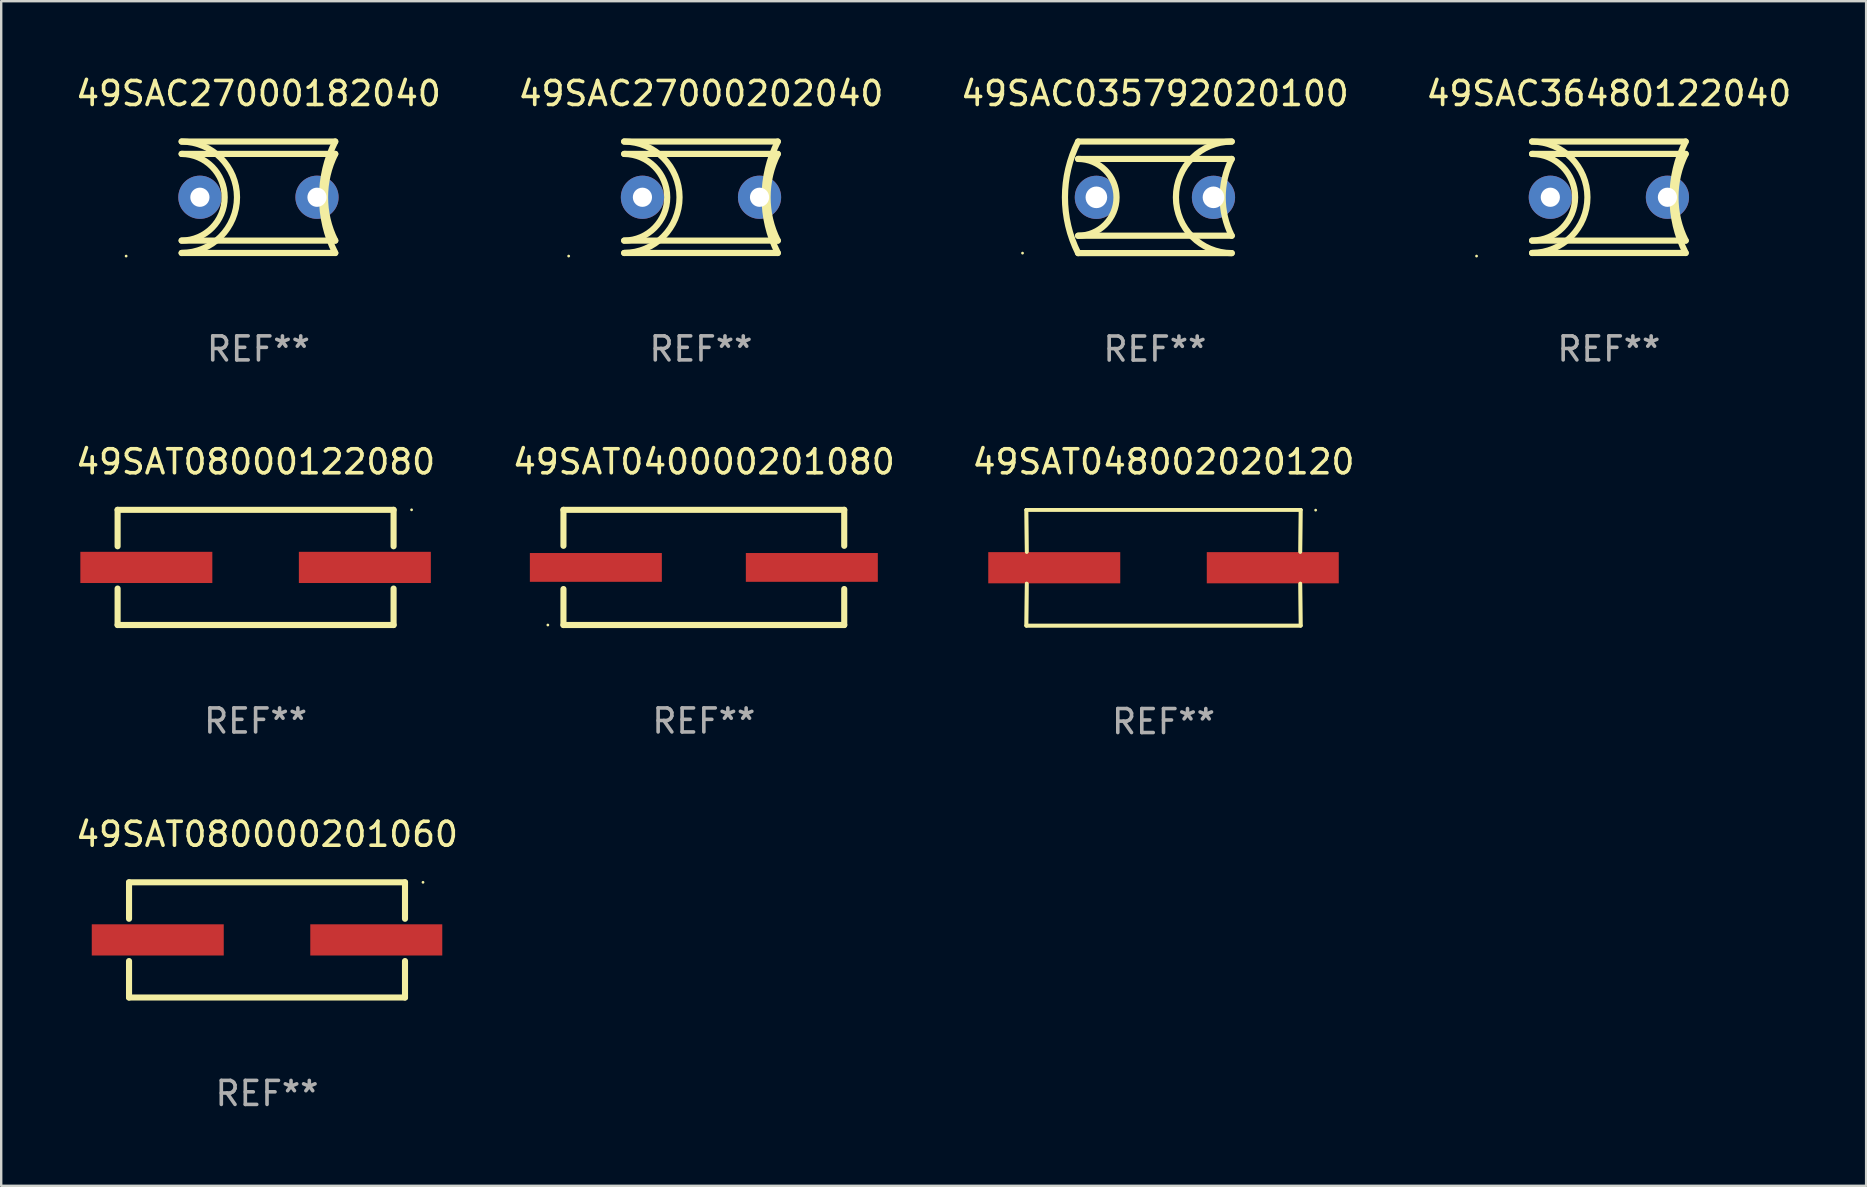
<source format=kicad_pcb>
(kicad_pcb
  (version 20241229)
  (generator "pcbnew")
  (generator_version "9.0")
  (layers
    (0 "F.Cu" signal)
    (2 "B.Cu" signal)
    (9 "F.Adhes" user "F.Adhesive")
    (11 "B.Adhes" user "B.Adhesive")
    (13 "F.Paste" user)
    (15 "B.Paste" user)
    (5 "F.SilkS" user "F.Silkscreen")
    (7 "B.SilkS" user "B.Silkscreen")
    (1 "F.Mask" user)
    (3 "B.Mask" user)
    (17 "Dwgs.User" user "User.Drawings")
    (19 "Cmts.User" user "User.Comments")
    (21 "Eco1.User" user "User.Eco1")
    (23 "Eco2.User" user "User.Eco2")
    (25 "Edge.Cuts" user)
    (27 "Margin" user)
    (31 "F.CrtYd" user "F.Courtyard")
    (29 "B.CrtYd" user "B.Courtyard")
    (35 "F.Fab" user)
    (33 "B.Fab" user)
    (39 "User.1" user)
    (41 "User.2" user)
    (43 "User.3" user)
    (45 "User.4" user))
  (footprint "49SAT048002020120"
    (layer "F.Cu")
    (at 45.435 20.608)
    (property "Reference" "49SAT048002020120" (at 0 -4.413 0) (layer "F.SilkS") (effects (font (size 1 1) (thickness 0.15))))
    (attr through_hole)
    (fp_line (start -5.715 -2.413) (end -5.7 -0.662) (stroke (width 0.152) (type solid)) (layer "F.SilkS"))
    (fp_line (start -5.715 -2.413) (end -5.7 -0.662) (stroke (width 0.152) (type solid)) (layer "F.SilkS"))
    (fp_line (start -5.715 2.413) (end 5.715 2.413) (stroke (width 0.152) (type solid)) (layer "F.SilkS"))
    (fp_line (start -5.715 2.413) (end 5.715 2.413) (stroke (width 0.152) (type solid)) (layer "F.SilkS"))
    (fp_line (start -5.7 0.662) (end -5.715 2.413) (stroke (width 0.152) (type solid)) (layer "F.SilkS"))
    (fp_line (start -5.7 0.662) (end -5.715 2.413) (stroke (width 0.152) (type solid)) (layer "F.SilkS"))
    (fp_line (start 5.7 -0.662) (end 5.715 -2.413) (stroke (width 0.152) (type solid)) (layer "F.SilkS"))
    (fp_line (start 5.7 -0.662) (end 5.715 -2.413) (stroke (width 0.152) (type solid)) (layer "F.SilkS"))
    (fp_line (start 5.715 -2.413) (end -5.715 -2.413) (stroke (width 0.152) (type solid)) (layer "F.SilkS"))
    (fp_line (start 5.715 -2.413) (end -5.715 -2.413) (stroke (width 0.152) (type solid)) (layer "F.SilkS"))
    (fp_line (start 5.715 2.413) (end 5.7 0.662) (stroke (width 0.152) (type solid)) (layer "F.SilkS"))
    (fp_line (start 5.715 2.413) (end 5.7 0.662) (stroke (width 0.152) (type solid)) (layer "F.SilkS"))
    (fp_circle (center 6.34 -2.4) (end 6.37 -2.4) (stroke (width 0.06) (type solid)) (fill no) (layer "F.SilkS"))
    (fp_text user "REF**" (at 0 6.413 0) (layer "F.Fab") (effects (font (size 1 1) (thickness 0.15))))
    (pad "1" smd rect (at 4.553 0) (size 5.5 1.3) (layers "F.Cu" "F.Mask" "F.Paste"))
    (pad "2" smd rect (at -4.553 0) (size 5.5 1.3) (layers "F.Cu" "F.Mask" "F.Paste")))
  (footprint "49SAC27000202040"
    (layer "F.Cu")
    (at 26.161 5.17)
    (property "Reference" "49SAC27000202040" (at 0 -4.322 0) (layer "F.SilkS") (effects (font (size 1 1) (thickness 0.15))))
    (attr through_hole)
    (fp_line (start -3.2 -2.322) (end 3.2 -2.322) (stroke (width 0.258) (type solid)) (layer "F.SilkS"))
    (fp_line (start -3.2 1.806) (end 3.2 1.806) (stroke (width 0.258) (type solid)) (layer "F.SilkS"))
    (fp_line (start 3.2 -1.806) (end -3.2 -1.806) (stroke (width 0.258) (type solid)) (layer "F.SilkS"))
    (fp_line (start 3.2 2.322) (end -3.2 2.322) (stroke (width 0.258) (type solid)) (layer "F.SilkS"))
    (fp_arc (start -3.200394 -1.805943) (mid -1.394425 -0.00019) (end -3.199987 1.805969) (stroke (width 0.258065) (type solid)) (layer "F.SilkS"))
    (fp_arc (start -3.200393 -2.321565) (mid -0.878829 -0.000203) (end -3.200013 2.321539) (stroke (width 0.258065) (type solid)) (layer "F.SilkS"))
    (fp_arc (start 3.200419 1.805944) (mid 2.773953 0.000035) (end 3.200013 -1.805969) (stroke (width 0.258065) (type solid)) (layer "F.SilkS"))
    (fp_arc (start 3.20042 2.321564) (mid 2.652238 0.000061) (end 3.200013 -2.321539) (stroke (width 0.258065) (type solid)) (layer "F.SilkS"))
    (fp_circle (center -5.514 2.451) (end -5.484 2.451) (stroke (width 0.06) (type solid)) (fill no) (layer "F.SilkS"))
    (fp_text user "REF**" (at 0 6.322 0) (layer "F.Fab") (effects (font (size 1 1) (thickness 0.15))))
    (pad "1" thru_hole circle (at -2.44 0) (size 1.8 1.8) (drill 0.8) (layers "*.Cu" "*.Mask"))
    (pad "2" thru_hole circle (at 2.44 0) (size 1.8 1.8) (drill 0.8) (layers "*.Cu" "*.Mask")))
  (footprint "49SAC035792020100"
    (layer "F.Cu")
    (at 45.077 5.173)
    (property "Reference" "49SAC035792020100" (at 0 -4.325 0) (layer "F.SilkS") (effects (font (size 1 1) (thickness 0.15))))
    (attr through_hole)
    (fp_line (start -3.2 -2.325) (end 3.2 -2.325) (stroke (width 0.258) (type solid)) (layer "F.SilkS"))
    (fp_line (start -3.2 1.6) (end 3.2 1.6) (stroke (width 0.258) (type solid)) (layer "F.SilkS"))
    (fp_line (start 3.2 2.325) (end -3.2 2.325) (stroke (width 0.258) (type solid)) (layer "F.SilkS"))
    (fp_line (start 3.2 -1.6) (end -3.2 -1.6) (stroke (width 0.258) (type solid)) (layer "F.SilkS"))
    (fp_arc (start -3.200382 2.324143) (mid -3.748993 -0.000455) (end -3.199975 -2.324956) (stroke (width 0.258065) (type solid)) (layer "F.SilkS"))
    (fp_arc (start -3.20038 -1.600166) (mid -1.600253 -0.000253) (end -3.199975 1.600064) (stroke (width 0.258065) (type solid)) (layer "F.SilkS"))
    (fp_arc (start 3.199949 2.324981) (mid 0.87592 0.000216) (end 3.200431 -2.324067) (stroke (width 0.258065) (type solid)) (layer "F.SilkS"))
    (fp_arc (start 3.200432 1.600241) (mid 2.82255 0.000178) (end 3.2 -1.599987) (stroke (width 0.258065) (type solid)) (layer "F.SilkS"))
    (fp_circle (center -5.517 2.325) (end -5.487 2.325) (stroke (width 0.06) (type solid)) (fill no) (layer "F.SilkS"))
    (fp_text user "REF**" (at 0 6.325 0) (layer "F.Fab") (effects (font (size 1 1) (thickness 0.15))))
    (pad "1" thru_hole circle (at -2.44 0.000038) (size 1.8 1.8) (drill 0.9) (layers "*.Cu" "*.Mask"))
    (pad "2" thru_hole circle (at 2.44 0.000038) (size 1.8 1.8) (drill 0.9) (layers "*.Cu" "*.Mask")))
  (footprint "49SAC36480122040"
    (layer "F.Cu")
    (at 63.994 5.17)
    (property "Reference" "49SAC36480122040" (at 0 -4.322 0) (layer "F.SilkS") (effects (font (size 1 1) (thickness 0.15))))
    (attr through_hole)
    (fp_line (start -3.2 -2.322) (end 3.2 -2.322) (stroke (width 0.258) (type solid)) (layer "F.SilkS"))
    (fp_line (start -3.2 1.806) (end 3.2 1.806) (stroke (width 0.258) (type solid)) (layer "F.SilkS"))
    (fp_line (start 3.2 -1.806) (end -3.2 -1.806) (stroke (width 0.258) (type solid)) (layer "F.SilkS"))
    (fp_line (start 3.2 2.322) (end -3.2 2.322) (stroke (width 0.258) (type solid)) (layer "F.SilkS"))
    (fp_arc (start -3.200394 -1.805943) (mid -1.394425 -0.00019) (end -3.199987 1.805969) (stroke (width 0.258065) (type solid)) (layer "F.SilkS"))
    (fp_arc (start -3.200393 -2.321565) (mid -0.878829 -0.000203) (end -3.200013 2.321539) (stroke (width 0.258065) (type solid)) (layer "F.SilkS"))
    (fp_arc (start 3.200419 1.805944) (mid 2.773953 0.000035) (end 3.200013 -1.805969) (stroke (width 0.258065) (type solid)) (layer "F.SilkS"))
    (fp_arc (start 3.20042 2.321564) (mid 2.652238 0.000061) (end 3.200013 -2.321539) (stroke (width 0.258065) (type solid)) (layer "F.SilkS"))
    (fp_circle (center -5.514 2.451) (end -5.484 2.451) (stroke (width 0.06) (type solid)) (fill no) (layer "F.SilkS"))
    (fp_text user "REF**" (at 0 6.322 0) (layer "F.Fab") (effects (font (size 1 1) (thickness 0.15))))
    (pad "1" thru_hole circle (at -2.44 0) (size 1.8 1.8) (drill 0.8) (layers "*.Cu" "*.Mask"))
    (pad "2" thru_hole circle (at 2.44 0) (size 1.8 1.8) (drill 0.8) (layers "*.Cu" "*.Mask")))
  (footprint "49SAT040000201080"
    (layer "F.Cu")
    (at 26.28 20.595)
    (property "Reference" "49SAT040000201080" (at 0 -4.4 0) (layer "F.SilkS") (effects (font (size 1 1) (thickness 0.15))))
    (attr through_hole)
    (fp_line (start -5.85 -2.4) (end 5.85 -2.4) (stroke (width 0.254) (type solid)) (layer "F.SilkS"))
    (fp_line (start -5.85 -2.4) (end -5.85 -0.9) (stroke (width 0.254) (type solid)) (layer "F.SilkS"))
    (fp_line (start -5.85 2.4) (end 5.85 2.4) (stroke (width 0.254) (type solid)) (layer "F.SilkS"))
    (fp_line (start -5.85 0.9) (end -5.85 2.4) (stroke (width 0.254) (type solid)) (layer "F.SilkS"))
    (fp_line (start 5.85 -2.4) (end 5.85 -0.9) (stroke (width 0.254) (type solid)) (layer "F.SilkS"))
    (fp_line (start 5.85 0.9) (end 5.85 2.4) (stroke (width 0.254) (type solid)) (layer "F.SilkS"))
    (fp_circle (center -6.5 2.4) (end -6.47 2.4) (stroke (width 0.06) (type solid)) (fill no) (layer "F.SilkS"))
    (fp_text user "REF**" (at 0 6.4 0) (layer "F.Fab") (effects (font (size 1 1) (thickness 0.15))))
    (pad "1" smd rect (at -4.5 -0.000025) (size 5.5 1.2) (layers "F.Cu" "F.Mask" "F.Paste"))
    (pad "2" smd rect (at 4.5 -0.000025) (size 5.5 1.2) (layers "F.Cu" "F.Mask" "F.Paste")))
  (footprint "49SAT080000201060"
    (layer "F.Cu")
    (at 8.077 36.117)
    (property "Reference" "49SAT080000201060" (at 0 -4.4 0) (layer "F.SilkS") (effects (font (size 1 1) (thickness 0.15))))
    (attr through_hole)
    (fp_line (start -5.75 -2.4) (end 5.75 -2.4) (stroke (width 0.254) (type solid)) (layer "F.SilkS"))
    (fp_line (start -5.75 -0.881) (end -5.75 -2.4) (stroke (width 0.254) (type solid)) (layer "F.SilkS"))
    (fp_line (start -5.75 2.4) (end -5.75 0.881) (stroke (width 0.254) (type solid)) (layer "F.SilkS"))
    (fp_line (start 5.75 -2.4) (end 5.75 -0.881) (stroke (width 0.254) (type solid)) (layer "F.SilkS"))
    (fp_line (start 5.75 0.881) (end 5.75 2.4) (stroke (width 0.254) (type solid)) (layer "F.SilkS"))
    (fp_line (start 5.75 2.4) (end -5.75 2.4) (stroke (width 0.254) (type solid)) (layer "F.SilkS"))
    (fp_circle (center 6.5 -2.4) (end 6.53 -2.4) (stroke (width 0.06) (type solid)) (fill no) (layer "F.SilkS"))
    (fp_text user "REF**" (at 0 6.4 0) (layer "F.Fab") (effects (font (size 1 1) (thickness 0.15))))
    (pad "1" smd rect (at 4.553 -0.000025) (size 5.5 1.3) (layers "F.Cu" "F.Mask" "F.Paste"))
    (pad "2" smd rect (at -4.553 -0.000025) (size 5.5 1.3) (layers "F.Cu" "F.Mask" "F.Paste")))
  (footprint "49SAC27000182040"
    (layer "F.Cu")
    (at 7.72 5.17)
    (property "Reference" "49SAC27000182040" (at 0 -4.322 0) (layer "F.SilkS") (effects (font (size 1 1) (thickness 0.15))))
    (attr through_hole)
    (fp_line (start -3.2 -2.322) (end 3.2 -2.322) (stroke (width 0.258) (type solid)) (layer "F.SilkS"))
    (fp_line (start -3.2 1.806) (end 3.2 1.806) (stroke (width 0.258) (type solid)) (layer "F.SilkS"))
    (fp_line (start 3.2 -1.806) (end -3.2 -1.806) (stroke (width 0.258) (type solid)) (layer "F.SilkS"))
    (fp_line (start 3.2 2.322) (end -3.2 2.322) (stroke (width 0.258) (type solid)) (layer "F.SilkS"))
    (fp_arc (start -3.200394 -1.805943) (mid -1.394425 -0.00019) (end -3.199987 1.805969) (stroke (width 0.258065) (type solid)) (layer "F.SilkS"))
    (fp_arc (start -3.200393 -2.321565) (mid -0.878829 -0.000203) (end -3.200013 2.321539) (stroke (width 0.258065) (type solid)) (layer "F.SilkS"))
    (fp_arc (start 3.200419 1.805944) (mid 2.773953 0.000035) (end 3.200013 -1.805969) (stroke (width 0.258065) (type solid)) (layer "F.SilkS"))
    (fp_arc (start 3.20042 2.321564) (mid 2.652238 0.000061) (end 3.200013 -2.321539) (stroke (width 0.258065) (type solid)) (layer "F.SilkS"))
    (fp_circle (center -5.514 2.451) (end -5.484 2.451) (stroke (width 0.06) (type solid)) (fill no) (layer "F.SilkS"))
    (fp_text user "REF**" (at 0 6.322 0) (layer "F.Fab") (effects (font (size 1 1) (thickness 0.15))))
    (pad "1" thru_hole circle (at -2.44 0) (size 1.8 1.8) (drill 0.8) (layers "*.Cu" "*.Mask"))
    (pad "2" thru_hole circle (at 2.44 0) (size 1.8 1.8) (drill 0.8) (layers "*.Cu" "*.Mask")))
  (footprint "49SAT08000122080"
    (layer "F.Cu")
    (at 7.601 20.595)
    (property "Reference" "49SAT08000122080" (at 0 -4.4 0) (layer "F.SilkS") (effects (font (size 1 1) (thickness 0.15))))
    (attr through_hole)
    (fp_line (start -5.75 -2.4) (end 5.75 -2.4) (stroke (width 0.254) (type solid)) (layer "F.SilkS"))
    (fp_line (start -5.75 -0.881) (end -5.75 -2.4) (stroke (width 0.254) (type solid)) (layer "F.SilkS"))
    (fp_line (start -5.75 2.4) (end -5.75 0.881) (stroke (width 0.254) (type solid)) (layer "F.SilkS"))
    (fp_line (start 5.75 -2.4) (end 5.75 -0.881) (stroke (width 0.254) (type solid)) (layer "F.SilkS"))
    (fp_line (start 5.75 0.881) (end 5.75 2.4) (stroke (width 0.254) (type solid)) (layer "F.SilkS"))
    (fp_line (start 5.75 2.4) (end -5.75 2.4) (stroke (width 0.254) (type solid)) (layer "F.SilkS"))
    (fp_circle (center 6.5 -2.4) (end 6.53 -2.4) (stroke (width 0.06) (type solid)) (fill no) (layer "F.SilkS"))
    (fp_text user "REF**" (at 0 6.4 0) (layer "F.Fab") (effects (font (size 1 1) (thickness 0.15))))
    (pad "1" smd rect (at 4.553 -0.000025) (size 5.5 1.3) (layers "F.Cu" "F.Mask" "F.Paste"))
    (pad "2" smd rect (at -4.553 -0.000025) (size 5.5 1.3) (layers "F.Cu" "F.Mask" "F.Paste")))
  (gr_rect
    (start -3 -3)
    (end 74.714 46.365)
    (stroke (width 0.1) (type default))
    (fill no)
    (layer "Edge.Cuts")))
</source>
